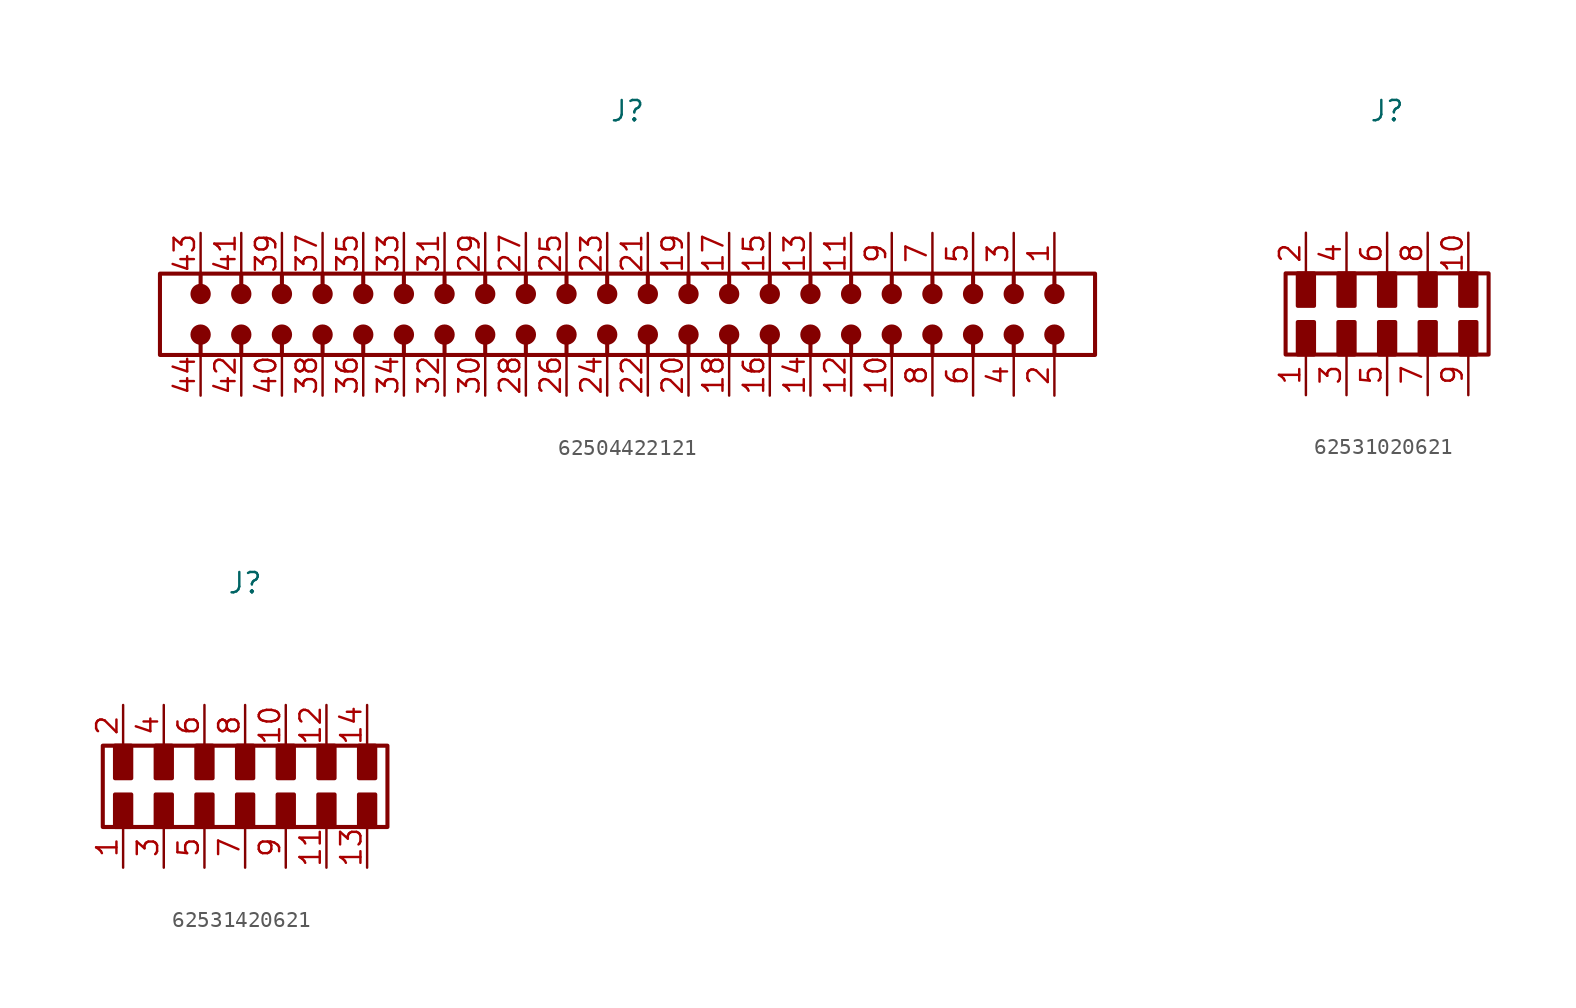
<source format=kicad_sym>
(kicad_symbol_lib
  (version 20241209)
  (generator "kicad_symbol_editor")
  (generator_version "9.0")
  (symbol "62504422121"
    (pin_names
      (hide yes))
    (property "Reference" "J"
      (at 0 12.7 0)
      (effects (font (size 1.27 1.27))))
    (symbol "62504422121_1_1"
      (rectangle (start -29.21 2.54) (end 29.21 -2.54) (stroke (width 0.254) (type solid)) (fill (type none)))
      (polyline (pts (xy -26.67 1.778) (xy -26.67 2.54)) (stroke (width 0.254) (type solid)) (fill (type none)))
      (circle (center -26.67 1.27) (radius 0.508) (stroke (width 0.254) (type solid)) (fill (type outline)))
      (circle (center -26.67 -1.27) (radius 0.508) (stroke (width 0.254) (type solid)) (fill (type outline)))
      (polyline (pts (xy -26.67 -1.778) (xy -26.67 -2.54)) (stroke (width 0.254) (type solid)) (fill (type none)))
      (polyline (pts (xy -24.13 1.778) (xy -24.13 2.54)) (stroke (width 0.254) (type solid)) (fill (type none)))
      (circle (center -24.13 1.27) (radius 0.508) (stroke (width 0.254) (type solid)) (fill (type outline)))
      (circle (center -24.13 -1.27) (radius 0.508) (stroke (width 0.254) (type solid)) (fill (type outline)))
      (polyline (pts (xy -24.13 -1.778) (xy -24.13 -2.54)) (stroke (width 0.254) (type solid)) (fill (type none)))
      (polyline (pts (xy -21.59 1.778) (xy -21.59 2.54)) (stroke (width 0.254) (type solid)) (fill (type none)))
      (circle (center -21.59 1.27) (radius 0.508) (stroke (width 0.254) (type solid)) (fill (type outline)))
      (circle (center -21.59 -1.27) (radius 0.508) (stroke (width 0.254) (type solid)) (fill (type outline)))
      (polyline (pts (xy -21.59 -1.778) (xy -21.59 -2.54)) (stroke (width 0.254) (type solid)) (fill (type none)))
      (polyline (pts (xy -19.05 1.778) (xy -19.05 2.54)) (stroke (width 0.254) (type solid)) (fill (type none)))
      (circle (center -19.05 1.27) (radius 0.508) (stroke (width 0.254) (type solid)) (fill (type outline)))
      (circle (center -19.05 -1.27) (radius 0.508) (stroke (width 0.254) (type solid)) (fill (type outline)))
      (polyline (pts (xy -19.05 -1.778) (xy -19.05 -2.54)) (stroke (width 0.254) (type solid)) (fill (type none)))
      (polyline (pts (xy -16.51 1.778) (xy -16.51 2.54)) (stroke (width 0.254) (type solid)) (fill (type none)))
      (circle (center -16.51 1.27) (radius 0.508) (stroke (width 0.254) (type solid)) (fill (type outline)))
      (circle (center -16.51 -1.27) (radius 0.508) (stroke (width 0.254) (type solid)) (fill (type outline)))
      (polyline (pts (xy -16.51 -1.778) (xy -16.51 -2.54)) (stroke (width 0.254) (type solid)) (fill (type none)))
      (polyline (pts (xy -13.97 1.778) (xy -13.97 2.54)) (stroke (width 0.254) (type solid)) (fill (type none)))
      (circle (center -13.97 1.27) (radius 0.508) (stroke (width 0.254) (type solid)) (fill (type outline)))
      (circle (center -13.97 -1.27) (radius 0.508) (stroke (width 0.254) (type solid)) (fill (type outline)))
      (polyline (pts (xy -13.97 -1.778) (xy -13.97 -2.54)) (stroke (width 0.254) (type solid)) (fill (type none)))
      (polyline (pts (xy -11.43 1.778) (xy -11.43 2.54)) (stroke (width 0.254) (type solid)) (fill (type none)))
      (circle (center -11.43 1.27) (radius 0.508) (stroke (width 0.254) (type solid)) (fill (type outline)))
      (circle (center -11.43 -1.27) (radius 0.508) (stroke (width 0.254) (type solid)) (fill (type outline)))
      (polyline (pts (xy -11.43 -1.778) (xy -11.43 -2.54)) (stroke (width 0.254) (type solid)) (fill (type none)))
      (polyline (pts (xy -8.89 1.778) (xy -8.89 2.54)) (stroke (width 0.254) (type solid)) (fill (type none)))
      (circle (center -8.89 1.27) (radius 0.508) (stroke (width 0.254) (type solid)) (fill (type outline)))
      (circle (center -8.89 -1.27) (radius 0.508) (stroke (width 0.254) (type solid)) (fill (type outline)))
      (polyline (pts (xy -8.89 -1.778) (xy -8.89 -2.54)) (stroke (width 0.254) (type solid)) (fill (type none)))
      (polyline (pts (xy -6.35 1.778) (xy -6.35 2.54)) (stroke (width 0.254) (type solid)) (fill (type none)))
      (circle (center -6.35 1.27) (radius 0.508) (stroke (width 0.254) (type solid)) (fill (type outline)))
      (circle (center -6.35 -1.27) (radius 0.508) (stroke (width 0.254) (type solid)) (fill (type outline)))
      (polyline (pts (xy -6.35 -1.778) (xy -6.35 -2.54)) (stroke (width 0.254) (type solid)) (fill (type none)))
      (polyline (pts (xy -3.81 1.778) (xy -3.81 2.54)) (stroke (width 0.254) (type solid)) (fill (type none)))
      (circle (center -3.81 1.27) (radius 0.508) (stroke (width 0.254) (type solid)) (fill (type outline)))
      (circle (center -3.81 -1.27) (radius 0.508) (stroke (width 0.254) (type solid)) (fill (type outline)))
      (polyline (pts (xy -3.81 -1.778) (xy -3.81 -2.54)) (stroke (width 0.254) (type solid)) (fill (type none)))
      (polyline (pts (xy -1.27 1.778) (xy -1.27 2.54)) (stroke (width 0.254) (type solid)) (fill (type none)))
      (circle (center -1.27 1.27) (radius 0.508) (stroke (width 0.254) (type solid)) (fill (type outline)))
      (circle (center -1.27 -1.27) (radius 0.508) (stroke (width 0.254) (type solid)) (fill (type outline)))
      (polyline (pts (xy -1.27 -1.778) (xy -1.27 -2.54)) (stroke (width 0.254) (type solid)) (fill (type none)))
      (polyline (pts (xy 1.27 1.778) (xy 1.27 2.54)) (stroke (width 0.254) (type solid)) (fill (type none)))
      (circle (center 1.27 1.27) (radius 0.508) (stroke (width 0.254) (type solid)) (fill (type outline)))
      (circle (center 1.27 -1.27) (radius 0.508) (stroke (width 0.254) (type solid)) (fill (type outline)))
      (polyline (pts (xy 1.27 -1.778) (xy 1.27 -2.54)) (stroke (width 0.254) (type solid)) (fill (type none)))
      (polyline (pts (xy 3.81 1.778) (xy 3.81 2.54)) (stroke (width 0.254) (type solid)) (fill (type none)))
      (circle (center 3.81 1.27) (radius 0.508) (stroke (width 0.254) (type solid)) (fill (type outline)))
      (circle (center 3.81 -1.27) (radius 0.508) (stroke (width 0.254) (type solid)) (fill (type outline)))
      (polyline (pts (xy 3.81 -1.778) (xy 3.81 -2.54)) (stroke (width 0.254) (type solid)) (fill (type none)))
      (polyline (pts (xy 6.35 1.778) (xy 6.35 2.54)) (stroke (width 0.254) (type solid)) (fill (type none)))
      (circle (center 6.35 1.27) (radius 0.508) (stroke (width 0.254) (type solid)) (fill (type outline)))
      (circle (center 6.35 -1.27) (radius 0.508) (stroke (width 0.254) (type solid)) (fill (type outline)))
      (polyline (pts (xy 6.35 -1.778) (xy 6.35 -2.54)) (stroke (width 0.254) (type solid)) (fill (type none)))
      (polyline (pts (xy 8.89 1.778) (xy 8.89 2.54)) (stroke (width 0.254) (type solid)) (fill (type none)))
      (circle (center 8.89 1.27) (radius 0.508) (stroke (width 0.254) (type solid)) (fill (type outline)))
      (circle (center 8.89 -1.27) (radius 0.508) (stroke (width 0.254) (type solid)) (fill (type outline)))
      (polyline (pts (xy 8.89 -1.778) (xy 8.89 -2.54)) (stroke (width 0.254) (type solid)) (fill (type none)))
      (polyline (pts (xy 11.43 1.778) (xy 11.43 2.54)) (stroke (width 0.254) (type solid)) (fill (type none)))
      (circle (center 11.43 1.27) (radius 0.508) (stroke (width 0.254) (type solid)) (fill (type outline)))
      (circle (center 11.43 -1.27) (radius 0.508) (stroke (width 0.254) (type solid)) (fill (type outline)))
      (polyline (pts (xy 11.43 -1.778) (xy 11.43 -2.54)) (stroke (width 0.254) (type solid)) (fill (type none)))
      (polyline (pts (xy 13.97 1.778) (xy 13.97 2.54)) (stroke (width 0.254) (type solid)) (fill (type none)))
      (circle (center 13.97 1.27) (radius 0.508) (stroke (width 0.254) (type solid)) (fill (type outline)))
      (circle (center 13.97 -1.27) (radius 0.508) (stroke (width 0.254) (type solid)) (fill (type outline)))
      (polyline (pts (xy 13.97 -1.778) (xy 13.97 -2.54)) (stroke (width 0.254) (type solid)) (fill (type none)))
      (polyline (pts (xy 16.51 1.778) (xy 16.51 2.54)) (stroke (width 0.254) (type solid)) (fill (type none)))
      (circle (center 16.51 1.27) (radius 0.508) (stroke (width 0.254) (type solid)) (fill (type outline)))
      (circle (center 16.51 -1.27) (radius 0.508) (stroke (width 0.254) (type solid)) (fill (type outline)))
      (polyline (pts (xy 16.51 -1.778) (xy 16.51 -2.54)) (stroke (width 0.254) (type solid)) (fill (type none)))
      (polyline (pts (xy 19.05 1.778) (xy 19.05 2.54)) (stroke (width 0.254) (type solid)) (fill (type none)))
      (circle (center 19.05 1.27) (radius 0.508) (stroke (width 0.254) (type solid)) (fill (type outline)))
      (circle (center 19.05 -1.27) (radius 0.508) (stroke (width 0.254) (type solid)) (fill (type outline)))
      (polyline (pts (xy 19.05 -1.778) (xy 19.05 -2.54)) (stroke (width 0.254) (type solid)) (fill (type none)))
      (polyline (pts (xy 21.59 1.778) (xy 21.59 2.54)) (stroke (width 0.254) (type solid)) (fill (type none)))
      (circle (center 21.59 1.27) (radius 0.508) (stroke (width 0.254) (type solid)) (fill (type outline)))
      (circle (center 21.59 -1.27) (radius 0.508) (stroke (width 0.254) (type solid)) (fill (type outline)))
      (polyline (pts (xy 21.59 -1.778) (xy 21.59 -2.54)) (stroke (width 0.254) (type solid)) (fill (type none)))
      (polyline (pts (xy 24.13 1.778) (xy 24.13 2.54)) (stroke (width 0.254) (type solid)) (fill (type none)))
      (circle (center 24.13 1.27) (radius 0.508) (stroke (width 0.254) (type solid)) (fill (type outline)))
      (circle (center 24.13 -1.27) (radius 0.508) (stroke (width 0.254) (type solid)) (fill (type outline)))
      (polyline (pts (xy 24.13 -1.778) (xy 24.13 -2.54)) (stroke (width 0.254) (type solid)) (fill (type none)))
      (polyline (pts (xy 26.67 1.778) (xy 26.67 2.54)) (stroke (width 0.254) (type solid)) (fill (type none)))
      (circle (center 26.67 1.27) (radius 0.508) (stroke (width 0.254) (type solid)) (fill (type outline)))
      (circle (center 26.67 -1.27) (radius 0.508) (stroke (width 0.254) (type solid)) (fill (type outline)))
      (polyline (pts (xy 26.67 -1.778) (xy 26.67 -2.54)) (stroke (width 0.254) (type solid)) (fill (type none)))
      (pin passive line (at -26.67 5.08 270) (length 2.54) (name "43" (effects (font (size 1.27 1.27)))) (number "43" (effects (font (size 1.27 1.27)))))
      (pin passive line (at -26.67 -5.08 90) (length 2.54) (name "44" (effects (font (size 1.27 1.27)))) (number "44" (effects (font (size 1.27 1.27)))))
      (pin passive line (at -24.13 5.08 270) (length 2.54) (name "41" (effects (font (size 1.27 1.27)))) (number "41" (effects (font (size 1.27 1.27)))))
      (pin passive line (at -24.13 -5.08 90) (length 2.54) (name "42" (effects (font (size 1.27 1.27)))) (number "42" (effects (font (size 1.27 1.27)))))
      (pin passive line (at -21.59 5.08 270) (length 2.54) (name "39" (effects (font (size 1.27 1.27)))) (number "39" (effects (font (size 1.27 1.27)))))
      (pin passive line (at -21.59 -5.08 90) (length 2.54) (name "40" (effects (font (size 1.27 1.27)))) (number "40" (effects (font (size 1.27 1.27)))))
      (pin passive line (at -19.05 5.08 270) (length 2.54) (name "37" (effects (font (size 1.27 1.27)))) (number "37" (effects (font (size 1.27 1.27)))))
      (pin passive line (at -19.05 -5.08 90) (length 2.54) (name "38" (effects (font (size 1.27 1.27)))) (number "38" (effects (font (size 1.27 1.27)))))
      (pin passive line (at -16.51 5.08 270) (length 2.54) (name "35" (effects (font (size 1.27 1.27)))) (number "35" (effects (font (size 1.27 1.27)))))
      (pin passive line (at -16.51 -5.08 90) (length 2.54) (name "36" (effects (font (size 1.27 1.27)))) (number "36" (effects (font (size 1.27 1.27)))))
      (pin passive line (at -13.97 5.08 270) (length 2.54) (name "33" (effects (font (size 1.27 1.27)))) (number "33" (effects (font (size 1.27 1.27)))))
      (pin passive line (at -13.97 -5.08 90) (length 2.54) (name "34" (effects (font (size 1.27 1.27)))) (number "34" (effects (font (size 1.27 1.27)))))
      (pin passive line (at -11.43 5.08 270) (length 2.54) (name "31" (effects (font (size 1.27 1.27)))) (number "31" (effects (font (size 1.27 1.27)))))
      (pin passive line (at -11.43 -5.08 90) (length 2.54) (name "32" (effects (font (size 1.27 1.27)))) (number "32" (effects (font (size 1.27 1.27)))))
      (pin passive line (at -8.89 5.08 270) (length 2.54) (name "29" (effects (font (size 1.27 1.27)))) (number "29" (effects (font (size 1.27 1.27)))))
      (pin passive line (at -8.89 -5.08 90) (length 2.54) (name "30" (effects (font (size 1.27 1.27)))) (number "30" (effects (font (size 1.27 1.27)))))
      (pin passive line (at -6.35 5.08 270) (length 2.54) (name "27" (effects (font (size 1.27 1.27)))) (number "27" (effects (font (size 1.27 1.27)))))
      (pin passive line (at -6.35 -5.08 90) (length 2.54) (name "28" (effects (font (size 1.27 1.27)))) (number "28" (effects (font (size 1.27 1.27)))))
      (pin passive line (at -3.81 5.08 270) (length 2.54) (name "25" (effects (font (size 1.27 1.27)))) (number "25" (effects (font (size 1.27 1.27)))))
      (pin passive line (at -3.81 -5.08 90) (length 2.54) (name "26" (effects (font (size 1.27 1.27)))) (number "26" (effects (font (size 1.27 1.27)))))
      (pin passive line (at -1.27 5.08 270) (length 2.54) (name "23" (effects (font (size 1.27 1.27)))) (number "23" (effects (font (size 1.27 1.27)))))
      (pin passive line (at -1.27 -5.08 90) (length 2.54) (name "24" (effects (font (size 1.27 1.27)))) (number "24" (effects (font (size 1.27 1.27)))))
      (pin passive line (at 1.27 5.08 270) (length 2.54) (name "21" (effects (font (size 1.27 1.27)))) (number "21" (effects (font (size 1.27 1.27)))))
      (pin passive line (at 1.27 -5.08 90) (length 2.54) (name "22" (effects (font (size 1.27 1.27)))) (number "22" (effects (font (size 1.27 1.27)))))
      (pin passive line (at 3.81 5.08 270) (length 2.54) (name "19" (effects (font (size 1.27 1.27)))) (number "19" (effects (font (size 1.27 1.27)))))
      (pin passive line (at 3.81 -5.08 90) (length 2.54) (name "20" (effects (font (size 1.27 1.27)))) (number "20" (effects (font (size 1.27 1.27)))))
      (pin passive line (at 6.35 5.08 270) (length 2.54) (name "17" (effects (font (size 1.27 1.27)))) (number "17" (effects (font (size 1.27 1.27)))))
      (pin passive line (at 6.35 -5.08 90) (length 2.54) (name "18" (effects (font (size 1.27 1.27)))) (number "18" (effects (font (size 1.27 1.27)))))
      (pin passive line (at 8.89 5.08 270) (length 2.54) (name "15" (effects (font (size 1.27 1.27)))) (number "15" (effects (font (size 1.27 1.27)))))
      (pin passive line (at 8.89 -5.08 90) (length 2.54) (name "16" (effects (font (size 1.27 1.27)))) (number "16" (effects (font (size 1.27 1.27)))))
      (pin passive line (at 11.43 5.08 270) (length 2.54) (name "13" (effects (font (size 1.27 1.27)))) (number "13" (effects (font (size 1.27 1.27)))))
      (pin passive line (at 11.43 -5.08 90) (length 2.54) (name "14" (effects (font (size 1.27 1.27)))) (number "14" (effects (font (size 1.27 1.27)))))
      (pin passive line (at 13.97 5.08 270) (length 2.54) (name "11" (effects (font (size 1.27 1.27)))) (number "11" (effects (font (size 1.27 1.27)))))
      (pin passive line (at 13.97 -5.08 90) (length 2.54) (name "12" (effects (font (size 1.27 1.27)))) (number "12" (effects (font (size 1.27 1.27)))))
      (pin passive line (at 16.51 5.08 270) (length 2.54) (name "9" (effects (font (size 1.27 1.27)))) (number "9" (effects (font (size 1.27 1.27)))))
      (pin passive line (at 16.51 -5.08 90) (length 2.54) (name "10" (effects (font (size 1.27 1.27)))) (number "10" (effects (font (size 1.27 1.27)))))
      (pin passive line (at 19.05 5.08 270) (length 2.54) (name "7" (effects (font (size 1.27 1.27)))) (number "7" (effects (font (size 1.27 1.27)))))
      (pin passive line (at 19.05 -5.08 90) (length 2.54) (name "8" (effects (font (size 1.27 1.27)))) (number "8" (effects (font (size 1.27 1.27)))))
      (pin passive line (at 21.59 5.08 270) (length 2.54) (name "5" (effects (font (size 1.27 1.27)))) (number "5" (effects (font (size 1.27 1.27)))))
      (pin passive line (at 21.59 -5.08 90) (length 2.54) (name "6" (effects (font (size 1.27 1.27)))) (number "6" (effects (font (size 1.27 1.27)))))
      (pin passive line (at 24.13 5.08 270) (length 2.54) (name "3" (effects (font (size 1.27 1.27)))) (number "3" (effects (font (size 1.27 1.27)))))
      (pin passive line (at 24.13 -5.08 90) (length 2.54) (name "4" (effects (font (size 1.27 1.27)))) (number "4" (effects (font (size 1.27 1.27)))))
      (pin passive line (at 26.67 5.08 270) (length 2.54) (name "1" (effects (font (size 1.27 1.27)))) (number "1" (effects (font (size 1.27 1.27)))))
      (pin passive line (at 26.67 -5.08 90) (length 2.54) (name "2" (effects (font (size 1.27 1.27)))) (number "2" (effects (font (size 1.27 1.27)))))))
  (symbol "62531020621"
    (pin_names
      (hide yes))
    (property "Reference" "J"
      (at 0 12.7 0)
      (effects (font (size 1.27 1.27))))
    (symbol "62531020621_1_1"
      (rectangle (start -6.35 2.54) (end 6.35 -2.54) (stroke (width 0.254) (type solid)) (fill (type none)))
      (rectangle (start -5.588 2.54) (end -4.572 0.508) (stroke (width 0.254) (type solid)) (fill (type outline)))
      (rectangle (start -5.588 -0.508) (end -4.572 -2.54) (stroke (width 0.254) (type solid)) (fill (type outline)))
      (rectangle (start -3.048 2.54) (end -2.032 0.508) (stroke (width 0.254) (type solid)) (fill (type outline)))
      (rectangle (start -3.048 -0.508) (end -2.032 -2.54) (stroke (width 0.254) (type solid)) (fill (type outline)))
      (rectangle (start -0.508 2.54) (end 0.508 0.508) (stroke (width 0.254) (type solid)) (fill (type outline)))
      (rectangle (start -0.508 -0.508) (end 0.508 -2.54) (stroke (width 0.254) (type solid)) (fill (type outline)))
      (rectangle (start 2.032 2.54) (end 3.048 0.508) (stroke (width 0.254) (type solid)) (fill (type outline)))
      (rectangle (start 2.032 -0.508) (end 3.048 -2.54) (stroke (width 0.254) (type solid)) (fill (type outline)))
      (rectangle (start 4.572 2.54) (end 5.588 0.508) (stroke (width 0.254) (type solid)) (fill (type outline)))
      (rectangle (start 4.572 -0.508) (end 5.588 -2.54) (stroke (width 0.254) (type solid)) (fill (type outline)))
      (pin passive line (at -5.08 5.08 270) (length 2.54) (name "2" (effects (font (size 1.27 1.27)))) (number "2" (effects (font (size 1.27 1.27)))))
      (pin passive line (at -5.08 -5.08 90) (length 2.54) (name "1" (effects (font (size 1.27 1.27)))) (number "1" (effects (font (size 1.27 1.27)))))
      (pin passive line (at -2.54 5.08 270) (length 2.54) (name "4" (effects (font (size 1.27 1.27)))) (number "4" (effects (font (size 1.27 1.27)))))
      (pin passive line (at -2.54 -5.08 90) (length 2.54) (name "3" (effects (font (size 1.27 1.27)))) (number "3" (effects (font (size 1.27 1.27)))))
      (pin passive line (at 0 5.08 270) (length 2.54) (name "6" (effects (font (size 1.27 1.27)))) (number "6" (effects (font (size 1.27 1.27)))))
      (pin passive line (at 0 -5.08 90) (length 2.54) (name "5" (effects (font (size 1.27 1.27)))) (number "5" (effects (font (size 1.27 1.27)))))
      (pin passive line (at 2.54 5.08 270) (length 2.54) (name "8" (effects (font (size 1.27 1.27)))) (number "8" (effects (font (size 1.27 1.27)))))
      (pin passive line (at 2.54 -5.08 90) (length 2.54) (name "7" (effects (font (size 1.27 1.27)))) (number "7" (effects (font (size 1.27 1.27)))))
      (pin passive line (at 5.08 5.08 270) (length 2.54) (name "10" (effects (font (size 1.27 1.27)))) (number "10" (effects (font (size 1.27 1.27)))))
      (pin passive line (at 5.08 -5.08 90) (length 2.54) (name "9" (effects (font (size 1.27 1.27)))) (number "9" (effects (font (size 1.27 1.27)))))))
  (symbol "62531420621"
    (pin_names
      (hide yes))
    (property "Reference" "J"
      (at 0 12.7 0)
      (effects (font (size 1.27 1.27))))
    (symbol "62531420621_1_1"
      (rectangle (start -8.89 2.54) (end 8.89 -2.54) (stroke (width 0.254) (type solid)) (fill (type none)))
      (rectangle (start -8.128 2.54) (end -7.112 0.508) (stroke (width 0.254) (type solid)) (fill (type outline)))
      (rectangle (start -8.128 -0.508) (end -7.112 -2.54) (stroke (width 0.254) (type solid)) (fill (type outline)))
      (rectangle (start -5.588 2.54) (end -4.572 0.508) (stroke (width 0.254) (type solid)) (fill (type outline)))
      (rectangle (start -5.588 -0.508) (end -4.572 -2.54) (stroke (width 0.254) (type solid)) (fill (type outline)))
      (rectangle (start -3.048 2.54) (end -2.032 0.508) (stroke (width 0.254) (type solid)) (fill (type outline)))
      (rectangle (start -3.048 -0.508) (end -2.032 -2.54) (stroke (width 0.254) (type solid)) (fill (type outline)))
      (rectangle (start -0.508 2.54) (end 0.508 0.508) (stroke (width 0.254) (type solid)) (fill (type outline)))
      (rectangle (start -0.508 -0.508) (end 0.508 -2.54) (stroke (width 0.254) (type solid)) (fill (type outline)))
      (rectangle (start 2.032 2.54) (end 3.048 0.508) (stroke (width 0.254) (type solid)) (fill (type outline)))
      (rectangle (start 2.032 -0.508) (end 3.048 -2.54) (stroke (width 0.254) (type solid)) (fill (type outline)))
      (rectangle (start 4.572 2.54) (end 5.588 0.508) (stroke (width 0.254) (type solid)) (fill (type outline)))
      (rectangle (start 4.572 -0.508) (end 5.588 -2.54) (stroke (width 0.254) (type solid)) (fill (type outline)))
      (rectangle (start 7.112 2.54) (end 8.128 0.508) (stroke (width 0.254) (type solid)) (fill (type outline)))
      (rectangle (start 7.112 -0.508) (end 8.128 -2.54) (stroke (width 0.254) (type solid)) (fill (type outline)))
      (pin passive line (at -7.62 5.08 270) (length 2.54) (name "2" (effects (font (size 1.27 1.27)))) (number "2" (effects (font (size 1.27 1.27)))))
      (pin passive line (at -7.62 -5.08 90) (length 2.54) (name "1" (effects (font (size 1.27 1.27)))) (number "1" (effects (font (size 1.27 1.27)))))
      (pin passive line (at -5.08 5.08 270) (length 2.54) (name "4" (effects (font (size 1.27 1.27)))) (number "4" (effects (font (size 1.27 1.27)))))
      (pin passive line (at -5.08 -5.08 90) (length 2.54) (name "3" (effects (font (size 1.27 1.27)))) (number "3" (effects (font (size 1.27 1.27)))))
      (pin passive line (at -2.54 5.08 270) (length 2.54) (name "6" (effects (font (size 1.27 1.27)))) (number "6" (effects (font (size 1.27 1.27)))))
      (pin passive line (at -2.54 -5.08 90) (length 2.54) (name "5" (effects (font (size 1.27 1.27)))) (number "5" (effects (font (size 1.27 1.27)))))
      (pin passive line (at 0 5.08 270) (length 2.54) (name "8" (effects (font (size 1.27 1.27)))) (number "8" (effects (font (size 1.27 1.27)))))
      (pin passive line (at 0 -5.08 90) (length 2.54) (name "7" (effects (font (size 1.27 1.27)))) (number "7" (effects (font (size 1.27 1.27)))))
      (pin passive line (at 2.54 5.08 270) (length 2.54) (name "10" (effects (font (size 1.27 1.27)))) (number "10" (effects (font (size 1.27 1.27)))))
      (pin passive line (at 2.54 -5.08 90) (length 2.54) (name "9" (effects (font (size 1.27 1.27)))) (number "9" (effects (font (size 1.27 1.27)))))
      (pin passive line (at 5.08 5.08 270) (length 2.54) (name "12" (effects (font (size 1.27 1.27)))) (number "12" (effects (font (size 1.27 1.27)))))
      (pin passive line (at 5.08 -5.08 90) (length 2.54) (name "11" (effects (font (size 1.27 1.27)))) (number "11" (effects (font (size 1.27 1.27)))))
      (pin passive line (at 7.62 5.08 270) (length 2.54) (name "14" (effects (font (size 1.27 1.27)))) (number "14" (effects (font (size 1.27 1.27)))))
      (pin passive line (at 7.62 -5.08 90) (length 2.54) (name "13" (effects (font (size 1.27 1.27)))) (number "13" (effects (font (size 1.27 1.27))))))))
</source>
